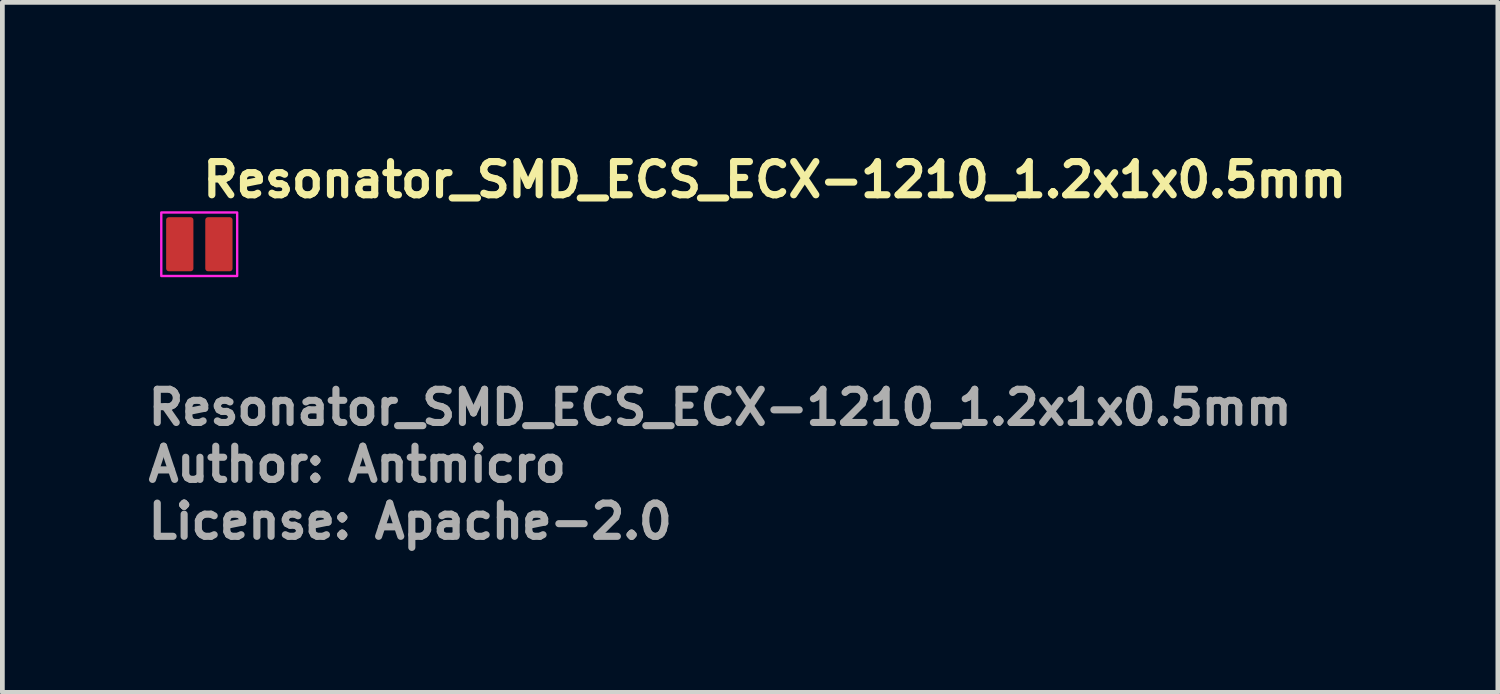
<source format=kicad_pcb>
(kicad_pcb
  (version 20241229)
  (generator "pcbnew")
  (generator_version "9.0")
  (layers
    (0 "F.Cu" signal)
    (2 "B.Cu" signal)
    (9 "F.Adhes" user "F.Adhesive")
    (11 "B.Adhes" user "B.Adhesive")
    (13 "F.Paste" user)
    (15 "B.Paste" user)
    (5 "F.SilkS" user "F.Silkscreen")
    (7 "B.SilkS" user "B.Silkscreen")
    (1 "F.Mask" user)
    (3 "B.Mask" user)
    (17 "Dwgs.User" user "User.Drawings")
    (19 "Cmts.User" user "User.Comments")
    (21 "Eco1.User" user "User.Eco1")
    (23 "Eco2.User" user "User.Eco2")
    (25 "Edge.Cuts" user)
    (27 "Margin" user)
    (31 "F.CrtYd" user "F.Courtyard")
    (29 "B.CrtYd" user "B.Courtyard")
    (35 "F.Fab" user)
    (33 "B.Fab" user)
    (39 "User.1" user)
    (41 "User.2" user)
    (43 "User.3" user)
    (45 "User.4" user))
  (footprint "Resonator_SMD_ECS_ECX-1210_1.2x1x0.5mm"
    (layer "F.Cu")
    (at 1.15 2.099)
    (property "Reference" "Resonator_SMD_ECS_ECX-1210_1.2x1x0.5mm" (at 0.001 -0.949 0) (unlocked yes) (layer "F.SilkS") (effects (font (size 0.7 0.7) (thickness 0.15)) (justify left bottom)))
    (attr smd)
    (fp_rect (start -0.8 -0.67) (end 0.8 0.67) (stroke (width 0.05) (type solid)) (fill no) (layer "F.CrtYd"))
    (fp_rect (start -0.6 -0.5) (end 0.6 0.5) (stroke (width 0.1) (type solid)) (fill no) (layer "User.5"))
    (fp_line (start -0.6 -0.421) (end -0.6 0.421) (stroke (width 0.02) (type solid)) (layer "User.9"))
    (fp_line (start -0.6 0.421) (end -0.586 0.422) (stroke (width 0.02) (type solid)) (layer "User.9"))
    (fp_line (start -0.586 -0.422) (end -0.6 -0.421) (stroke (width 0.02) (type solid)) (layer "User.9"))
    (fp_line (start -0.586 0.422) (end -0.571 0.427) (stroke (width 0.02) (type solid)) (layer "User.9"))
    (fp_line (start -0.571 -0.427) (end -0.586 -0.422) (stroke (width 0.02) (type solid)) (layer "User.9"))
    (fp_line (start -0.571 0.427) (end -0.557 0.434) (stroke (width 0.02) (type solid)) (layer "User.9"))
    (fp_line (start -0.557 -0.434) (end -0.571 -0.427) (stroke (width 0.02) (type solid)) (layer "User.9"))
    (fp_line (start -0.557 0.434) (end -0.544 0.444) (stroke (width 0.02) (type solid)) (layer "User.9"))
    (fp_line (start -0.55 -0.4) (end -0.55 0.4) (stroke (width 0.02) (type solid)) (layer "User.9"))
    (fp_line (start -0.55 -0.4) (end -0.55 0.4) (stroke (width 0.02) (type solid)) (layer "User.9"))
    (fp_line (start -0.55 -0.4) (end -0.546 -0.418) (stroke (width 0.02) (type solid)) (layer "User.9"))
    (fp_line (start -0.55 0.4) (end -0.55 -0.4) (stroke (width 0.02) (type solid)) (layer "User.9"))
    (fp_line (start -0.546 -0.418) (end -0.542 -0.427) (stroke (width 0.02) (type solid)) (layer "User.9"))
    (fp_line (start -0.546 0.418) (end -0.55 0.4) (stroke (width 0.02) (type solid)) (layer "User.9"))
    (fp_line (start -0.544 -0.444) (end -0.557 -0.434) (stroke (width 0.02) (type solid)) (layer "User.9"))
    (fp_line (start -0.544 0.444) (end -0.534 0.457) (stroke (width 0.02) (type solid)) (layer "User.9"))
    (fp_line (start -0.542 -0.427) (end -0.535 -0.435) (stroke (width 0.02) (type solid)) (layer "User.9"))
    (fp_line (start -0.542 0.427) (end -0.546 0.418) (stroke (width 0.02) (type solid)) (layer "User.9"))
    (fp_line (start -0.535 -0.435) (end -0.527 -0.442) (stroke (width 0.02) (type solid)) (layer "User.9"))
    (fp_line (start -0.535 0.435) (end -0.542 0.427) (stroke (width 0.02) (type solid)) (layer "User.9"))
    (fp_line (start -0.534 -0.457) (end -0.544 -0.444) (stroke (width 0.02) (type solid)) (layer "User.9"))
    (fp_line (start -0.534 0.457) (end -0.527 0.471) (stroke (width 0.02) (type solid)) (layer "User.9"))
    (fp_line (start -0.527 -0.471) (end -0.534 -0.457) (stroke (width 0.02) (type solid)) (layer "User.9"))
    (fp_line (start -0.527 -0.442) (end -0.518 -0.446) (stroke (width 0.02) (type solid)) (layer "User.9"))
    (fp_line (start -0.527 0.442) (end -0.535 0.435) (stroke (width 0.02) (type solid)) (layer "User.9"))
    (fp_line (start -0.527 0.471) (end -0.522 0.486) (stroke (width 0.02) (type solid)) (layer "User.9"))
    (fp_line (start -0.522 -0.486) (end -0.527 -0.471) (stroke (width 0.02) (type solid)) (layer "User.9"))
    (fp_line (start -0.522 0.486) (end -0.521 0.5) (stroke (width 0.02) (type solid)) (layer "User.9"))
    (fp_line (start -0.521 -0.5) (end -0.522 -0.486) (stroke (width 0.02) (type solid)) (layer "User.9"))
    (fp_line (start -0.521 0.5) (end 0.521 0.5) (stroke (width 0.02) (type solid)) (layer "User.9"))
    (fp_line (start -0.518 -0.446) (end -0.5 -0.45) (stroke (width 0.02) (type solid)) (layer "User.9"))
    (fp_line (start -0.518 0.446) (end -0.527 0.442) (stroke (width 0.02) (type solid)) (layer "User.9"))
    (fp_line (start -0.5 -0.45) (end 0.5 -0.45) (stroke (width 0.02) (type solid)) (layer "User.9"))
    (fp_line (start -0.5 0.45) (end -0.518 0.446) (stroke (width 0.02) (type solid)) (layer "User.9"))
    (fp_line (start -0.5 0.45) (end 0.5 0.45) (stroke (width 0.02) (type solid)) (layer "User.9"))
    (fp_line (start -0.5 0.45) (end 0.5 0.45) (stroke (width 0.02) (type solid)) (layer "User.9"))
    (fp_line (start 0.5 -0.45) (end -0.5 -0.45) (stroke (width 0.02) (type solid)) (layer "User.9"))
    (fp_line (start 0.5 -0.45) (end -0.5 -0.45) (stroke (width 0.02) (type solid)) (layer "User.9"))
    (fp_line (start 0.5 -0.45) (end 0.518 -0.446) (stroke (width 0.02) (type solid)) (layer "User.9"))
    (fp_line (start 0.5 0.45) (end -0.5 0.45) (stroke (width 0.02) (type solid)) (layer "User.9"))
    (fp_line (start 0.518 -0.446) (end 0.527 -0.442) (stroke (width 0.02) (type solid)) (layer "User.9"))
    (fp_line (start 0.518 0.446) (end 0.5 0.45) (stroke (width 0.02) (type solid)) (layer "User.9"))
    (fp_line (start 0.521 -0.5) (end -0.521 -0.5) (stroke (width 0.02) (type solid)) (layer "User.9"))
    (fp_line (start 0.521 0.5) (end 0.522 0.486) (stroke (width 0.02) (type solid)) (layer "User.9"))
    (fp_line (start 0.522 -0.486) (end 0.521 -0.5) (stroke (width 0.02) (type solid)) (layer "User.9"))
    (fp_line (start 0.522 0.486) (end 0.527 0.471) (stroke (width 0.02) (type solid)) (layer "User.9"))
    (fp_line (start 0.527 -0.471) (end 0.522 -0.486) (stroke (width 0.02) (type solid)) (layer "User.9"))
    (fp_line (start 0.527 -0.442) (end 0.535 -0.435) (stroke (width 0.02) (type solid)) (layer "User.9"))
    (fp_line (start 0.527 0.442) (end 0.518 0.446) (stroke (width 0.02) (type solid)) (layer "User.9"))
    (fp_line (start 0.527 0.471) (end 0.534 0.457) (stroke (width 0.02) (type solid)) (layer "User.9"))
    (fp_line (start 0.534 -0.457) (end 0.527 -0.471) (stroke (width 0.02) (type solid)) (layer "User.9"))
    (fp_line (start 0.534 0.457) (end 0.544 0.444) (stroke (width 0.02) (type solid)) (layer "User.9"))
    (fp_line (start 0.535 -0.435) (end 0.542 -0.427) (stroke (width 0.02) (type solid)) (layer "User.9"))
    (fp_line (start 0.535 0.435) (end 0.527 0.442) (stroke (width 0.02) (type solid)) (layer "User.9"))
    (fp_line (start 0.542 -0.427) (end 0.546 -0.418) (stroke (width 0.02) (type solid)) (layer "User.9"))
    (fp_line (start 0.542 0.427) (end 0.535 0.435) (stroke (width 0.02) (type solid)) (layer "User.9"))
    (fp_line (start 0.544 -0.444) (end 0.534 -0.457) (stroke (width 0.02) (type solid)) (layer "User.9"))
    (fp_line (start 0.544 0.444) (end 0.557 0.434) (stroke (width 0.02) (type solid)) (layer "User.9"))
    (fp_line (start 0.546 -0.418) (end 0.55 -0.4) (stroke (width 0.02) (type solid)) (layer "User.9"))
    (fp_line (start 0.546 0.418) (end 0.542 0.427) (stroke (width 0.02) (type solid)) (layer "User.9"))
    (fp_line (start 0.55 -0.4) (end 0.55 0.4) (stroke (width 0.02) (type solid)) (layer "User.9"))
    (fp_line (start 0.55 0.4) (end 0.546 0.418) (stroke (width 0.02) (type solid)) (layer "User.9"))
    (fp_line (start 0.55 0.4) (end 0.55 -0.4) (stroke (width 0.02) (type solid)) (layer "User.9"))
    (fp_line (start 0.55 0.4) (end 0.55 -0.4) (stroke (width 0.02) (type solid)) (layer "User.9"))
    (fp_line (start 0.557 -0.434) (end 0.544 -0.444) (stroke (width 0.02) (type solid)) (layer "User.9"))
    (fp_line (start 0.557 0.434) (end 0.571 0.427) (stroke (width 0.02) (type solid)) (layer "User.9"))
    (fp_line (start 0.571 -0.427) (end 0.557 -0.434) (stroke (width 0.02) (type solid)) (layer "User.9"))
    (fp_line (start 0.571 0.427) (end 0.586 0.422) (stroke (width 0.02) (type solid)) (layer "User.9"))
    (fp_line (start 0.586 -0.422) (end 0.571 -0.427) (stroke (width 0.02) (type solid)) (layer "User.9"))
    (fp_line (start 0.586 0.422) (end 0.6 0.421) (stroke (width 0.02) (type solid)) (layer "User.9"))
    (fp_line (start 0.6 -0.421) (end 0.586 -0.422) (stroke (width 0.02) (type solid)) (layer "User.9"))
    (fp_line (start 0.6 0.421) (end 0.6 -0.421) (stroke (width 0.02) (type solid)) (layer "User.9"))
    (fp_text user "${REFERENCE}" (at -1.15 3.851 0) (unlocked yes) (layer "F.Fab") (effects (font (size 0.7 0.7) (thickness 0.15)) (justify left bottom)))
    (fp_text user "Author: Antmicro" (at -1.15 5.051 0) (layer "F.Fab") (effects (font (size 0.7 0.7) (thickness 0.15)) (justify left bottom)))
    (fp_text user "License: Apache-2.0" (at -1.15 6.251 0) (layer "F.Fab") (effects (font (size 0.7 0.7) (thickness 0.15)) (justify left bottom)))
    (pad "1" smd roundrect (at -0.41 0 180) (size 0.575 1.14) (layers "F.Cu" "F.Mask" "F.Paste") (roundrect_rratio 0.1) (chamfer_ratio 0.2) (chamfer))
    (pad "2" smd roundrect (at 0.415 0 180) (size 0.575 1.14) (layers "F.Cu" "F.Mask" "F.Paste") (roundrect_rratio 0.1)))
  (gr_rect
    (start -3 -3)
    (end 28.528 11.546)
    (stroke (width 0.1) (type default))
    (fill no)
    (layer "Edge.Cuts")))
</source>
